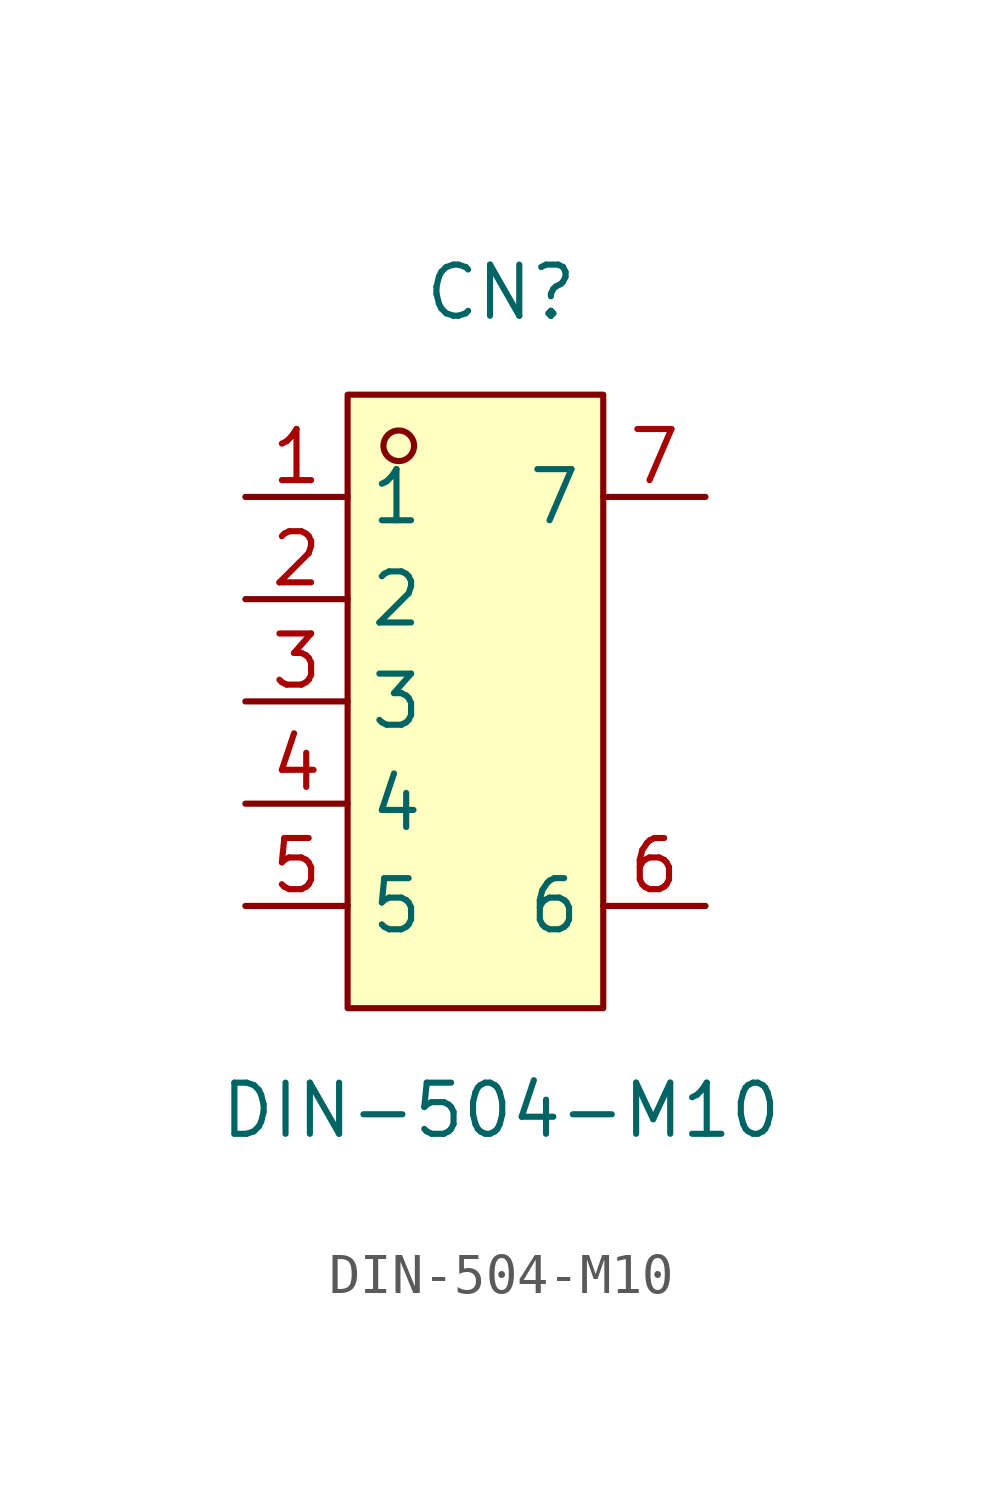
<source format=kicad_sym>
(kicad_symbol_lib
  (version 20211014)
  (generator https://github.com/uPesy/easyeda2kicad.py)
  (symbol "DIN-504-M10"
    (property "Reference" "CN"
      (at 0 10.16 0)
      (effects (font (size 1.27 1.27))))
    (property "Value" "DIN-504-M10"
      (at 0 -10.16 0)
      (effects (font (size 1.27 1.27))))
    (symbol "DIN-504-M10_0_1"
      (rectangle (start -3.81 7.62) (end 2.54 -7.62) (stroke (width 0) (type default) (color 0 0 0 0)) (fill (type background)))
      (circle (center -2.54 6.35) (radius 0.38) (stroke (width 0) (type default) (color 0 0 0 0)) (fill (type none)))
      (pin unspecified line (at -6.35 5.08 0) (length 2.54) (name "1" (effects (font (size 1.27 1.27)))) (number "1" (effects (font (size 1.27 1.27)))))
      (pin unspecified line (at -6.35 2.54 0) (length 2.54) (name "2" (effects (font (size 1.27 1.27)))) (number "2" (effects (font (size 1.27 1.27)))))
      (pin unspecified line (at -6.35 -0.00 0) (length 2.54) (name "3" (effects (font (size 1.27 1.27)))) (number "3" (effects (font (size 1.27 1.27)))))
      (pin unspecified line (at -6.35 -2.54 0) (length 2.54) (name "4" (effects (font (size 1.27 1.27)))) (number "4" (effects (font (size 1.27 1.27)))))
      (pin unspecified line (at 5.08 -5.08 180) (length 2.54) (name "6" (effects (font (size 1.27 1.27)))) (number "6" (effects (font (size 1.27 1.27)))))
      (pin unspecified line (at 5.08 5.08 180) (length 2.54) (name "7" (effects (font (size 1.27 1.27)))) (number "7" (effects (font (size 1.27 1.27)))))
      (pin unspecified line (at -6.35 -5.08 0) (length 2.54) (name "5" (effects (font (size 1.27 1.27)))) (number "5" (effects (font (size 1.27 1.27))))))))
</source>
